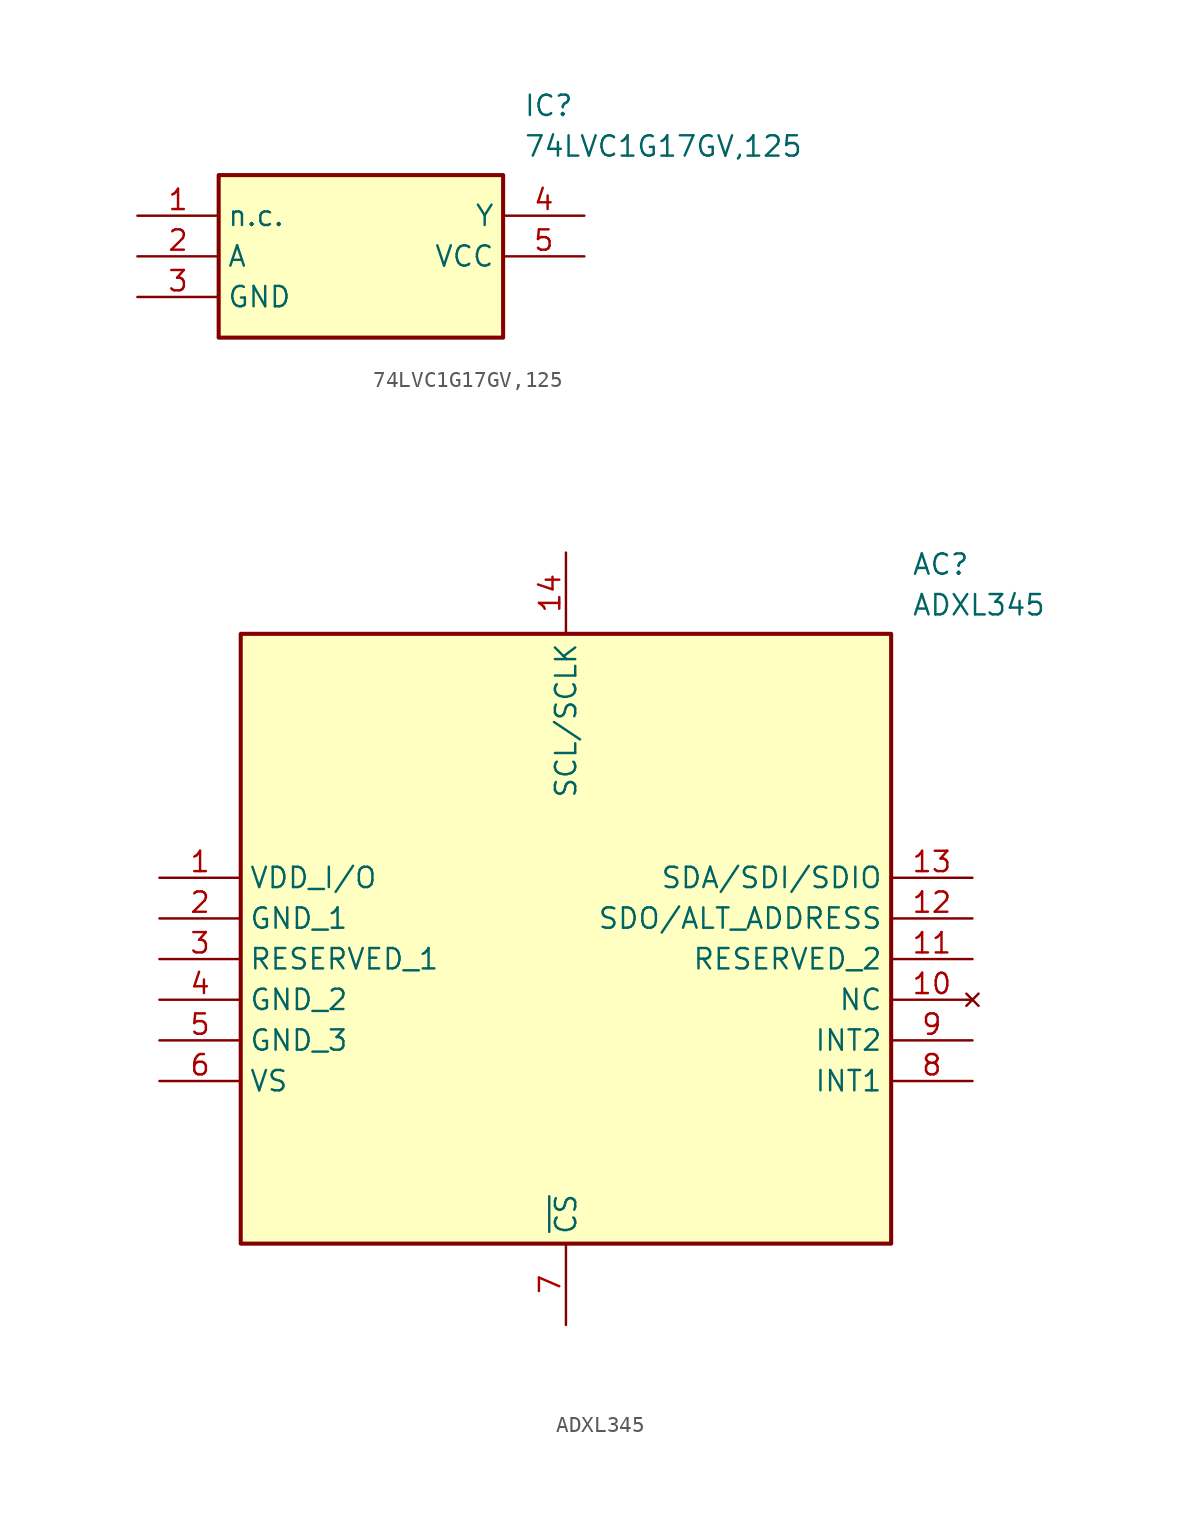
<source format=kicad_sym>
(kicad_symbol_lib
  (version 20231120)
  (generator "kicad_symbol_editor")
  (generator_version "8.0")
  (symbol "74LVC1G17GV,125"
    (property "Reference" "IC"
      (at 24.13 7.62 0)
      (effects (font (size 1.27 1.27)) (justify left top)))
    (property "Value" "74LVC1G17GV,125"
      (at 24.13 5.08 0)
      (effects (font (size 1.27 1.27)) (justify left top)))
    (symbol "74LVC1G17GV,125_1_1"
      (rectangle (start 5.08 2.54) (end 22.86 -7.62) (stroke (width 0.254) (type default)) (fill (type background)))
      (pin passive line (at 0 0 0) (length 5.08) (name "n.c." (effects (font (size 1.27 1.27)))) (number "1" (effects (font (size 1.27 1.27)))))
      (pin passive line (at 0 -2.54 0) (length 5.08) (name "A" (effects (font (size 1.27 1.27)))) (number "2" (effects (font (size 1.27 1.27)))))
      (pin passive line (at 0 -5.08 0) (length 5.08) (name "GND" (effects (font (size 1.27 1.27)))) (number "3" (effects (font (size 1.27 1.27)))))
      (pin passive line (at 27.94 0 180) (length 5.08) (name "Y" (effects (font (size 1.27 1.27)))) (number "4" (effects (font (size 1.27 1.27)))))
      (pin passive line (at 27.94 -2.54 180) (length 5.08) (name "VCC" (effects (font (size 1.27 1.27)))) (number "5" (effects (font (size 1.27 1.27)))))))
  (symbol "ADXL345"
    (property "Reference" "AC"
      (at 46.99 20.32 0)
      (effects (font (size 1.27 1.27)) (justify left top)))
    (property "Value" "ADXL345"
      (at 46.99 17.78 0)
      (effects (font (size 1.27 1.27)) (justify left top)))
    (symbol "ADXL345_1_1"
      (rectangle (start 5.08 15.24) (end 45.72 -22.86) (stroke (width 0.254) (type default)) (fill (type background)))
      (pin power_in line (at 0 0 0) (length 5.08) (name "VDD_I/O" (effects (font (size 1.27 1.27)))) (number "1" (effects (font (size 1.27 1.27)))))
      (pin no_connect line (at 50.8 -7.62 180) (length 5.08) (name "NC" (effects (font (size 1.27 1.27)))) (number "10" (effects (font (size 1.27 1.27)))))
      (pin passive line (at 50.8 -5.08 180) (length 5.08) (name "RESERVED_2" (effects (font (size 1.27 1.27)))) (number "11" (effects (font (size 1.27 1.27)))))
      (pin passive line (at 50.8 -2.54 180) (length 5.08) (name "SDO/ALT_ADDRESS" (effects (font (size 1.27 1.27)))) (number "12" (effects (font (size 1.27 1.27)))))
      (pin bidirectional line (at 50.8 0 180) (length 5.08) (name "SDA/SDI/SDIO" (effects (font (size 1.27 1.27)))) (number "13" (effects (font (size 1.27 1.27)))))
      (pin input line (at 25.4 20.32 270) (length 5.08) (name "SCL/SCLK" (effects (font (size 1.27 1.27)))) (number "14" (effects (font (size 1.27 1.27)))))
      (pin power_in line (at 0 -2.54 0) (length 5.08) (name "GND_1" (effects (font (size 1.27 1.27)))) (number "2" (effects (font (size 1.27 1.27)))))
      (pin passive line (at 0 -5.08 0) (length 5.08) (name "RESERVED_1" (effects (font (size 1.27 1.27)))) (number "3" (effects (font (size 1.27 1.27)))))
      (pin power_in line (at 0 -7.62 0) (length 5.08) (name "GND_2" (effects (font (size 1.27 1.27)))) (number "4" (effects (font (size 1.27 1.27)))))
      (pin power_in line (at 0 -10.16 0) (length 5.08) (name "GND_3" (effects (font (size 1.27 1.27)))) (number "5" (effects (font (size 1.27 1.27)))))
      (pin passive line (at 0 -12.7 0) (length 5.08) (name "VS" (effects (font (size 1.27 1.27)))) (number "6" (effects (font (size 1.27 1.27)))))
      (pin input line (at 25.4 -27.94 90) (length 5.08) (name "~{CS}" (effects (font (size 1.27 1.27)))) (number "7" (effects (font (size 1.27 1.27)))))
      (pin input line (at 50.8 -12.7 180) (length 5.08) (name "INT1" (effects (font (size 1.27 1.27)))) (number "8" (effects (font (size 1.27 1.27)))))
      (pin input line (at 50.8 -10.16 180) (length 5.08) (name "INT2" (effects (font (size 1.27 1.27)))) (number "9" (effects (font (size 1.27 1.27))))))))
</source>
